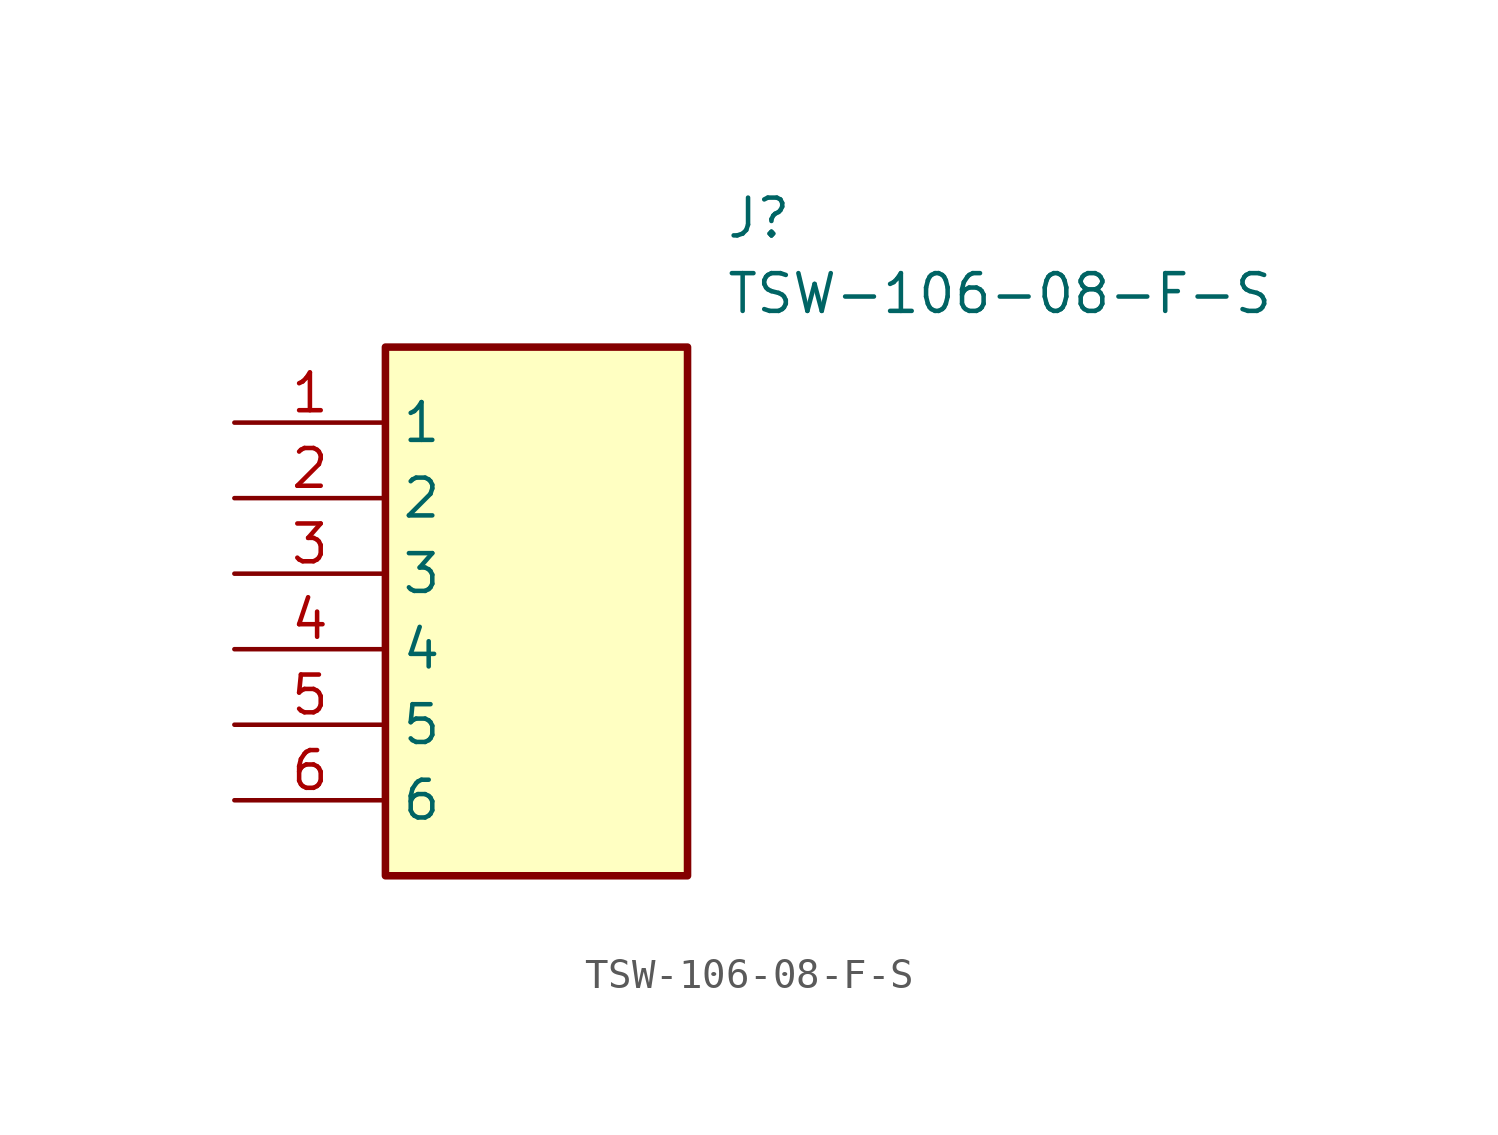
<source format=kicad_sym>
(kicad_symbol_lib
  (version 20211014)
  (generator SamacSys_ECAD_Model)
  (symbol "TSW-106-08-F-S"
    (property "Reference" "J"
      (at 16.51 7.62 0)
      (effects (font (size 1.27 1.27)) (justify left top)))
    (property "Value" "TSW-106-08-F-S"
      (at 16.51 5.08 0)
      (effects (font (size 1.27 1.27)) (justify left top)))
    (rectangle
      (start 5.08 2.54)
      (end 15.24 -15.24)
      (stroke (width 0.254) (type default))
      (fill (type background)))
    (pin passive line
      (at 0 0 0)
      (length 5.08)
      (name "1" (effects (font (size 1.27 1.27))))
      (number "1" (effects (font (size 1.27 1.27)))))
    (pin passive line
      (at 0 -2.54 0)
      (length 5.08)
      (name "2" (effects (font (size 1.27 1.27))))
      (number "2" (effects (font (size 1.27 1.27)))))
    (pin passive line
      (at 0 -5.08 0)
      (length 5.08)
      (name "3" (effects (font (size 1.27 1.27))))
      (number "3" (effects (font (size 1.27 1.27)))))
    (pin passive line
      (at 0 -7.62 0)
      (length 5.08)
      (name "4" (effects (font (size 1.27 1.27))))
      (number "4" (effects (font (size 1.27 1.27)))))
    (pin passive line
      (at 0 -10.16 0)
      (length 5.08)
      (name "5" (effects (font (size 1.27 1.27))))
      (number "5" (effects (font (size 1.27 1.27)))))
    (pin passive line
      (at 0 -12.7 0)
      (length 5.08)
      (name "6" (effects (font (size 1.27 1.27))))
      (number "6" (effects (font (size 1.27 1.27)))))))
</source>
